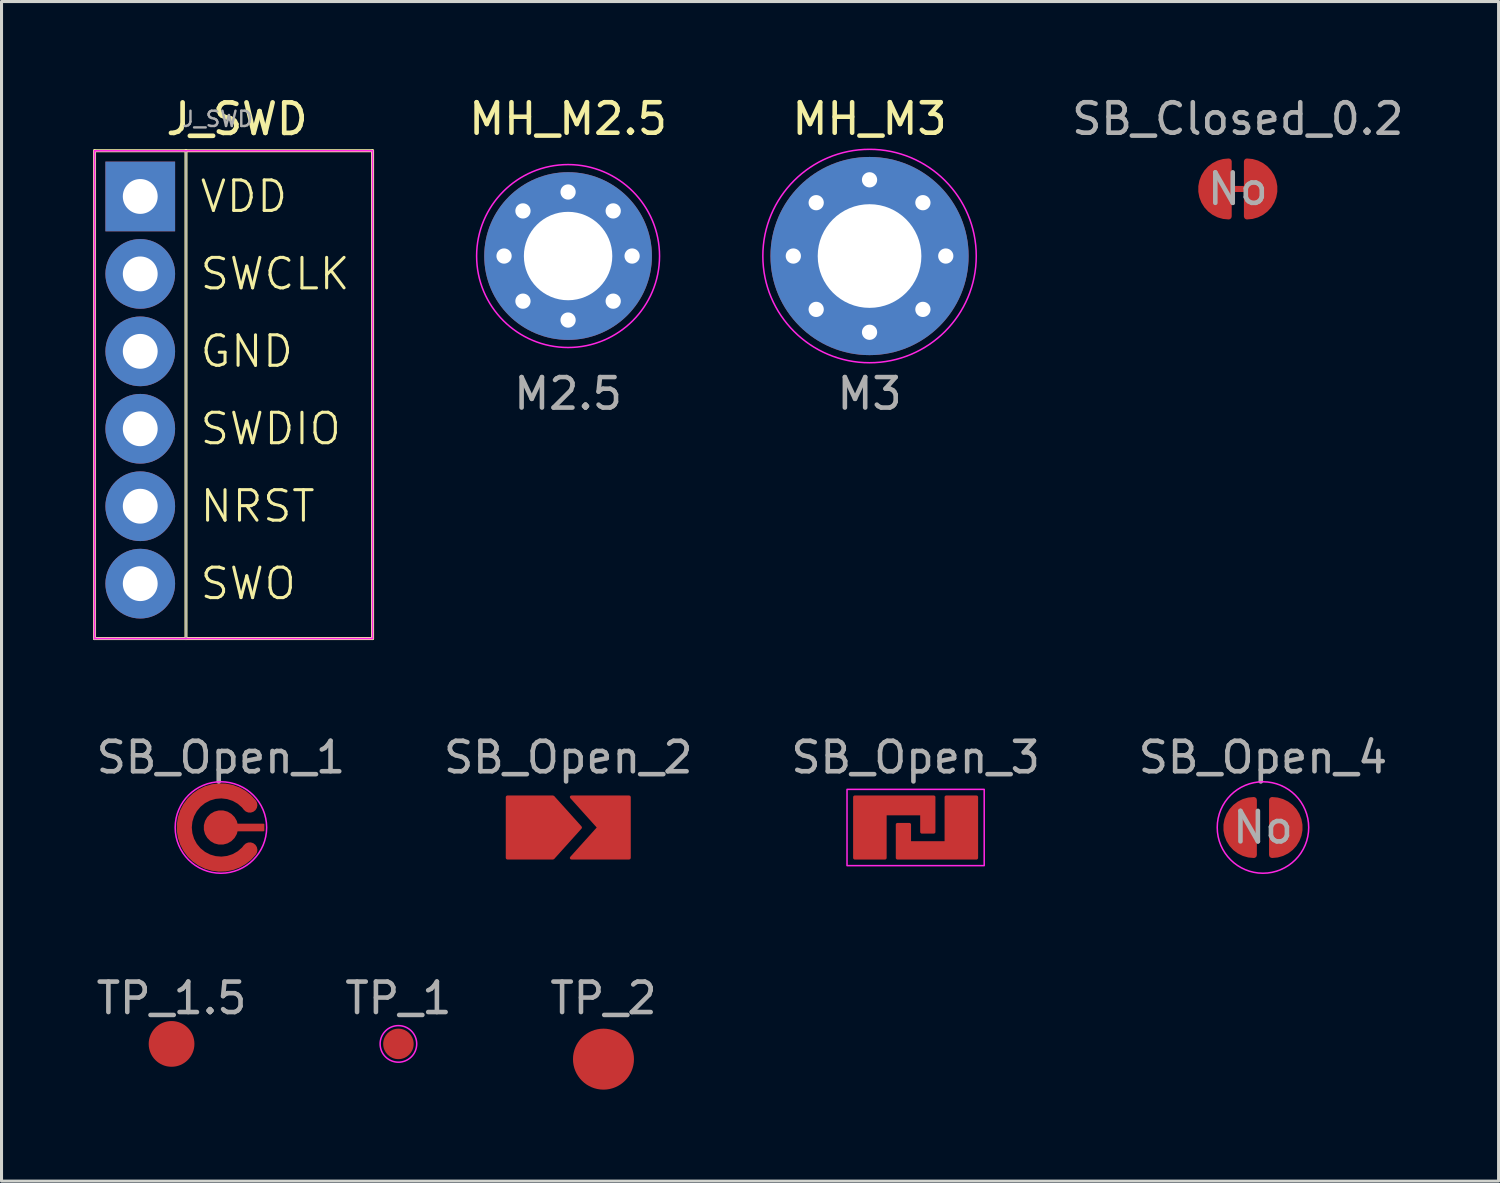
<source format=kicad_pcb>
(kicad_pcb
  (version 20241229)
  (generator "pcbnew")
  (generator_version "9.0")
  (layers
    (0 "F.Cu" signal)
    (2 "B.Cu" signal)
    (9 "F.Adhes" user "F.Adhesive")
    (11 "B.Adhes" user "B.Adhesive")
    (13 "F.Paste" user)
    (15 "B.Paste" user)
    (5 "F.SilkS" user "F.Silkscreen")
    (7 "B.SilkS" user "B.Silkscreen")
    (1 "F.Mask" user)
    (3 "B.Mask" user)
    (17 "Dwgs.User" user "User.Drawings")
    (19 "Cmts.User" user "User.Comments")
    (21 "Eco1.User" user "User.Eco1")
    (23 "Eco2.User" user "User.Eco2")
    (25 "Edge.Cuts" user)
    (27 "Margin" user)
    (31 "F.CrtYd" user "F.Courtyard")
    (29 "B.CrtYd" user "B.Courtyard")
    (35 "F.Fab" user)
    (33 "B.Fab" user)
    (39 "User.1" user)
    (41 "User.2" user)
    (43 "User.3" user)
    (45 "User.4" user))
  (footprint "SB_Open_4"
    (layer "F.Cu")
    (at 38.375 24.092)
    (property "Reference" "SB_Open_4" (at 0 -2.3 0) (unlocked yes) (layer "F.SilkS") (effects (font (size 1 1) (thickness 0.1))))
    (property "Is_tested" "No" (at 0 0 0) (layer "F.Fab") (effects (font (size 1 1) (thickness 0.15))))
    (attr smd)
    (fp_circle (center 0 0) (end 1.4 0) (stroke (width 0.1) (type solid)) (fill yes) (layer "F.Mask"))
    (fp_circle (center 0 0) (end 1.5 0) (stroke (width 0.05) (type default)) (fill no) (layer "F.CrtYd"))
    (fp_text user "${REFERENCE}" (at 0 -2.3 0) (unlocked yes) (layer "F.Fab") (effects (font (size 1 1) (thickness 0.15))))
    (pad "1" smd custom (at -0.7 0) (size 1 1) (layers "F.Cu") (options (anchor circle)) (primitives (gr_poly (pts (xy -0.5 -0.25) (xy -0.481 -0.346) (xy -0.427 -0.427) (xy -0.346 -0.481) (xy -0.25 -0.5) (xy 0.25 -0.5) (xy 0.346 -0.481) (xy 0.427 -0.427) (xy 0.481 -0.346) (xy 0.5 -0.25) (xy 0.5 0.25) (xy 0.481 0.346) (xy 0.427 0.427) (xy 0.346 0.481) (xy 0.25 0.5) (xy -0.25 0.5) (xy -0.346 0.481) (xy -0.427 0.427) (xy -0.481 0.346) (xy -0.5 0.25)) (width 0) (fill yes)) (gr_poly (pts (xy 0.4 -0.9) (xy 0.4 0.9) (xy -0.1 0.7) (xy -0.4 0.3) (xy -0.4 -0.3) (xy -0.1 -0.7)) (width 0.2) (fill yes)) (gr_arc (start 0.4 0.9) (mid -0.5 0) (end 0.4 -0.9) (width 0.2))))
    (pad "2" smd custom (at 0.7 0) (size 1 1) (layers "F.Cu") (options (anchor circle)) (primitives (gr_poly (pts (xy 0.5 -0.25) (xy 0.481 -0.346) (xy 0.427 -0.427) (xy 0.346 -0.481) (xy 0.25 -0.5) (xy -0.25 -0.5) (xy -0.346 -0.481) (xy -0.427 -0.427) (xy -0.481 -0.346) (xy -0.5 -0.25) (xy -0.5 0.25) (xy -0.481 0.346) (xy -0.427 0.427) (xy -0.346 0.481) (xy -0.25 0.5) (xy 0.25 0.5) (xy 0.346 0.481) (xy 0.427 0.427) (xy 0.481 0.346) (xy 0.5 0.25)) (width 0) (fill yes)) (gr_poly (pts (xy -0.4 -0.9) (xy -0.4 0.9) (xy 0.1 0.7) (xy 0.4 0.3) (xy 0.4 -0.3) (xy 0.1 -0.7)) (width 0.2) (fill yes)) (gr_arc (start -0.4 -0.9) (mid 0.5 0) (end -0.4 0.9) (width 0.2)))))
  (footprint "SB_Open_1"
    (layer "F.Cu")
    (at 4.196 24.092)
    (property "Reference" "SB_Open_1" (at 0 -2.3 0) (unlocked yes) (layer "F.SilkS") (effects (font (size 1 1) (thickness 0.1))))
    (attr smd)
    (fp_circle (center 0 0) (end 1.7 0) (stroke (width 0.1) (type solid)) (fill yes) (layer "F.Mask"))
    (fp_circle (center 0 0) (end 1.5 0) (stroke (width 0.05) (type default)) (fill no) (layer "F.CrtYd"))
    (fp_text user "${REFERENCE}" (at 0 -2.3 0) (unlocked yes) (layer "F.Fab") (effects (font (size 1 1) (thickness 0.15))))
    (pad "1" smd custom (at -1.2 0 90) (size 0.25 0.25) (layers "F.Cu") (options (anchor rect)) (primitives (gr_arc (start -0.736718 2.147225) (mid 0 0) (end 0.736736 2.147219) (width 0.5))))
    (pad "2" smd custom (at 1.3 0.000004 90) (size 0.24 0.24) (layers "F.Cu") (options (anchor rect)) (primitives (gr_poly (pts (xy -0.1 -1.2) (xy 0.1 -1.2) (xy 0.1 0.1) (xy -0.1 0.1)) (width 0.05) (fill yes)) (gr_circle (center 0.000004 -1.3) (end 0.539 -1.3) (width 0.05) (fill yes)))))
  (footprint "SB_Closed_0.2"
    (layer "F.Cu")
    (at 37.55 3.148)
    (property "Reference" "SB_Closed_0.2" (at 0 -2.3 0) (unlocked yes) (layer "F.SilkS") (effects (font (size 1 1) (thickness 0.1))))
    (property "Is_tested" "No" (at 0 0 0) (layer "F.Fab") (effects (font (size 1 1) (thickness 0.15))))
    (attr smd allow_soldermask_bridges)
    (fp_line (start -0.3 0) (end 0.3 0) (stroke (width 0.2) (type default)) (layer "F.Cu"))
    (fp_circle (center 0 0) (end 1.4 0) (stroke (width 0.1) (type solid)) (fill yes) (layer "F.Mask"))
    (fp_text user "${REFERENCE}" (at 0 -2.3 0) (unlocked yes) (layer "F.Fab") (effects (font (size 1 1) (thickness 0.15))))
    (pad "1" smd custom (at -0.7 0) (size 1 1) (layers "F.Cu") (options (anchor circle)) (primitives (gr_poly (pts (xy -0.5 -0.25) (xy -0.481 -0.346) (xy -0.427 -0.427) (xy -0.346 -0.481) (xy -0.25 -0.5) (xy 0.25 -0.5) (xy 0.346 -0.481) (xy 0.427 -0.427) (xy 0.481 -0.346) (xy 0.5 -0.25) (xy 0.5 0.25) (xy 0.481 0.346) (xy 0.427 0.427) (xy 0.346 0.481) (xy 0.25 0.5) (xy -0.25 0.5) (xy -0.346 0.481) (xy -0.427 0.427) (xy -0.481 0.346) (xy -0.5 0.25)) (width 0) (fill yes)) (gr_poly (pts (xy 0.4 -0.9) (xy 0.4 0.9) (xy -0.1 0.7) (xy -0.4 0.3) (xy -0.4 -0.3) (xy -0.1 -0.7)) (width 0.2) (fill yes)) (gr_arc (start 0.4 0.9) (mid -0.5 0) (end 0.4 -0.9) (width 0.2))))
    (pad "2" smd custom (at 0.7 0) (size 1 1) (layers "F.Cu") (options (anchor circle)) (primitives (gr_poly (pts (xy 0.5 -0.25) (xy 0.481 -0.346) (xy 0.427 -0.427) (xy 0.346 -0.481) (xy 0.25 -0.5) (xy -0.25 -0.5) (xy -0.346 -0.481) (xy -0.427 -0.427) (xy -0.481 -0.346) (xy -0.5 -0.25) (xy -0.5 0.25) (xy -0.481 0.346) (xy -0.427 0.427) (xy -0.346 0.481) (xy -0.25 0.5) (xy 0.25 0.5) (xy 0.346 0.481) (xy 0.427 0.427) (xy 0.481 0.346) (xy 0.5 0.25)) (width 0) (fill yes)) (gr_poly (pts (xy -0.4 -0.9) (xy -0.4 0.9) (xy 0.1 0.7) (xy 0.4 0.3) (xy 0.4 -0.3) (xy 0.1 -0.7)) (width 0.2) (fill yes)) (gr_arc (start -0.4 -0.9) (mid 0.5 0) (end -0.4 0.9) (width 0.2)))))
  (footprint "TP_1"
    (layer "F.Cu")
    (at 10.018 31.19)
    (property "Reference" "TP_1" (at 0 -1.5 0) (unlocked yes) (layer "F.SilkS") (effects (font (size 1 1) (thickness 0.1))))
    (attr smd)
    (fp_circle (center 0 0) (end 0.6 0) (stroke (width 0.05) (type default)) (fill no) (layer "F.CrtYd"))
    (fp_text user "${REFERENCE}" (at 0 -1.5 0) (unlocked yes) (layer "F.Fab") (effects (font (size 1 1) (thickness 0.15))))
    (pad "1" smd circle (at 0 0) (size 1 1) (layers "F.Cu" "F.Mask")))
  (footprint "SB_Open_3"
    (layer "F.Cu")
    (at 26.982 24.092)
    (property "Reference" "SB_Open_3" (at 0 -2.3 0) (unlocked yes) (layer "F.SilkS") (effects (font (size 1 1) (thickness 0.1))))
    (attr smd)
    (fp_rect (start -2.2 -1.2) (end 2.2 1.2) (stroke (width 0.1) (type solid)) (fill yes) (layer "F.Mask"))
    (fp_rect (start -2.25 -1.25) (end 2.25 1.25) (stroke (width 0.05) (type default)) (fill no) (layer "F.CrtYd"))
    (fp_text user "${REFERENCE}" (at 0 -2.3 0) (unlocked yes) (layer "F.Fab") (effects (font (size 1 1) (thickness 0.15))))
    (pad "1" smd custom (at -1.7 0) (size 0.5 0.5) (layers "F.Cu") (options (anchor circle)) (primitives (gr_poly (pts (xy -0.25 -0.125) (xy -0.24 -0.173) (xy -0.213 -0.213) (xy -0.173 -0.24) (xy -0.125 -0.25) (xy 0.125 -0.25) (xy 0.173 -0.24) (xy 0.213 -0.213) (xy 0.24 -0.173) (xy 0.25 -0.125) (xy 0.25 0.125) (xy 0.24 0.173) (xy 0.213 0.213) (xy 0.173 0.24) (xy 0.125 0.25) (xy -0.125 0.25) (xy -0.173 0.24) (xy -0.213 0.213) (xy -0.24 0.173) (xy -0.25 0.125)) (width 0) (fill yes)) (gr_rect (start -0.3 -1) (end 0.7 1) (width 0.1) (fill yes)) (gr_rect (start 0.3 -1) (end 2.3 -0.45) (width 0.1) (fill yes)) (gr_rect (start 1.9 -0.75) (end 2.3 0.15) (width 0.1) (fill yes))))
    (pad "2" smd custom (at 1.7 0) (size 0.443 0.443) (layers "F.Cu") (options (anchor circle)) (primitives (gr_poly (pts (xy -0.222 -0.12) (xy -0.213 -0.163) (xy -0.189 -0.199) (xy -0.153 -0.223) (xy -0.111 -0.231) (xy 0.111 -0.231) (xy 0.153 -0.223) (xy 0.189 -0.199) (xy 0.213 -0.163) (xy 0.222 -0.12) (xy 0.222 0.12) (xy 0.213 0.163) (xy 0.189 0.199) (xy 0.153 0.223) (xy 0.111 0.231) (xy -0.111 0.231) (xy -0.153 0.223) (xy -0.189 0.199) (xy -0.213 0.163) (xy -0.222 0.12)) (width 0) (fill yes)) (gr_rect (start -0.7 -1) (end 0.3 1) (width 0.1) (fill yes)) (gr_rect (start -2.3 0.5) (end -0.2 1) (width 0.1) (fill yes)) (gr_rect (start -2.3 -0.1) (end -1.9 0.8) (width 0.1) (fill yes)))))
  (footprint "MH_M3"
    (layer "F.Cu")
    (at 25.471 5.348)
    (property "Reference" "MH_M3" (at 0 -4.5 0) (layer "F.SilkS") (effects (font (size 1 1) (thickness 0.15))))
    (attr exclude_from_pos_files exclude_from_bom)
    (fp_circle (center 0 0) (end 3.5 0) (stroke (width 0.05) (type solid)) (fill no) (layer "F.CrtYd"))
    (fp_text user "M3" (at 0 5.1 0) (unlocked yes) (layer "F.Fab") (effects (font (size 1 1) (thickness 0.15)) (justify bottom)))
    (pad "1" thru_hole circle (at -2.5 0) (size 0.8 0.8) (drill 0.5) (layers "*.Cu" "*.Mask"))
    (pad "1" thru_hole circle (at -1.75 -1.75) (size 0.8 0.8) (drill 0.5) (layers "*.Cu" "*.Mask"))
    (pad "1" thru_hole circle (at -1.75 1.75) (size 0.8 0.8) (drill 0.5) (layers "*.Cu" "*.Mask"))
    (pad "1" thru_hole circle (at 0 -2.5) (size 0.8 0.8) (drill 0.5) (layers "*.Cu" "*.Mask"))
    (pad "1" thru_hole circle (at 0 0) (size 6.5 6.5) (drill 3.4) (layers "*.Cu" "*.Mask"))
    (pad "1" thru_hole circle (at 0 2.5) (size 0.8 0.8) (drill 0.5) (layers "*.Cu" "*.Mask"))
    (pad "1" thru_hole circle (at 1.75 -1.75) (size 0.8 0.8) (drill 0.5) (layers "*.Cu" "*.Mask"))
    (pad "1" thru_hole circle (at 1.75 1.75) (size 0.8 0.8) (drill 0.5) (layers "*.Cu" "*.Mask"))
    (pad "1" thru_hole circle (at 2.5 0) (size 0.8 0.8) (drill 0.5) (layers "*.Cu" "*.Mask")))
  (footprint "MH_M2.5"
    (layer "F.Cu")
    (at 15.583 5.348)
    (property "Reference" "MH_M2.5" (at 0 -4.5 0) (layer "F.SilkS") (effects (font (size 1 1) (thickness 0.15))))
    (attr exclude_from_pos_files exclude_from_bom)
    (fp_circle (center 0 0) (end 3 0) (stroke (width 0.05) (type solid)) (fill no) (layer "F.CrtYd"))
    (fp_text user "M2.5" (at 0 5.1 0) (unlocked yes) (layer "F.Fab") (effects (font (size 1 1) (thickness 0.15)) (justify bottom)))
    (pad "1" thru_hole circle (at -2.1 0) (size 0.8 0.8) (drill 0.5) (layers "*.Cu" "*.Mask"))
    (pad "1" thru_hole circle (at -1.48 -1.48) (size 0.8 0.8) (drill 0.5) (layers "*.Cu" "*.Mask"))
    (pad "1" thru_hole circle (at -1.48 1.48) (size 0.8 0.8) (drill 0.5) (layers "*.Cu" "*.Mask"))
    (pad "1" thru_hole circle (at 0 -2.1) (size 0.8 0.8) (drill 0.5) (layers "*.Cu" "*.Mask"))
    (pad "1" thru_hole circle (at 0 0) (size 5.5 5.5) (drill 2.9) (layers "*.Cu" "*.Mask"))
    (pad "1" thru_hole circle (at 0 2.1) (size 0.8 0.8) (drill 0.5) (layers "*.Cu" "*.Mask"))
    (pad "1" thru_hole circle (at 1.48 -1.48) (size 0.8 0.8) (drill 0.5) (layers "*.Cu" "*.Mask"))
    (pad "1" thru_hole circle (at 1.48 1.48) (size 0.8 0.8) (drill 0.5) (layers "*.Cu" "*.Mask"))
    (pad "1" thru_hole circle (at 2.1 0) (size 0.8 0.8) (drill 0.5) (layers "*.Cu" "*.Mask")))
  (footprint "SB_Open_2"
    (layer "F.Cu")
    (at 15.589 24.092)
    (property "Reference" "SB_Open_2" (at 0 -2.3 0) (unlocked yes) (layer "F.SilkS") (effects (font (size 1 1) (thickness 0.1))))
    (attr smd)
    (fp_rect (start -2.2 -1.2) (end 2.2 1.2) (stroke (width 0.1) (type solid)) (fill yes) (layer "F.Mask"))
    (fp_text user "${REFERENCE}" (at 0 -2.3 0) (unlocked yes) (layer "F.Fab") (effects (font (size 1 1) (thickness 0.15))))
    (pad "1" smd custom (at -1.6 0) (size 0.643 0.643) (layers "F.Cu") (options (anchor circle)) (primitives (gr_poly (pts (xy -0.322 -0.22) (xy -0.309 -0.282) (xy -0.274 -0.334) (xy -0.222 -0.369) (xy -0.161 -0.381) (xy 0.161 -0.381) (xy 0.222 -0.369) (xy 0.274 -0.334) (xy 0.309 -0.282) (xy 0.322 -0.22) (xy 0.322 0.22) (xy 0.309 0.282) (xy 0.274 0.334) (xy 0.222 0.369) (xy 0.161 0.381) (xy -0.161 0.381) (xy -0.222 0.369) (xy -0.274 0.334) (xy -0.309 0.282) (xy -0.322 0.22)) (width 0) (fill yes)) (gr_poly (pts (xy 2 0) (xy 1.1 -1) (xy -0.4 -1) (xy -0.4 1) (xy 1.1 1)) (width 0.1) (fill yes))))
    (pad "2" smd custom (at 1.6 0) (size 0.643 0.643) (layers "F.Cu") (options (anchor circle)) (primitives (gr_poly (pts (xy -0.322 -0.22) (xy -0.309 -0.282) (xy -0.274 -0.334) (xy -0.222 -0.369) (xy -0.161 -0.381) (xy 0.161 -0.381) (xy 0.222 -0.369) (xy 0.274 -0.334) (xy 0.309 -0.282) (xy 0.322 -0.22) (xy 0.322 0.22) (xy 0.309 0.282) (xy 0.274 0.334) (xy 0.222 0.369) (xy 0.161 0.381) (xy -0.161 0.381) (xy -0.222 0.369) (xy -0.274 0.334) (xy -0.309 0.282) (xy -0.322 0.22)) (width 0) (fill yes)) (gr_poly (pts (xy 0.4 1) (xy 0.4 -1) (xy -1.5 -1) (xy -0.6 0) (xy -1.5 1)) (width 0.1) (fill yes)))))
  (footprint "TP_2"
    (layer "F.Cu")
    (at 16.744 31.69)
    (property "Reference" "TP_2" (at 0 -2 0) (unlocked yes) (layer "F.SilkS") (effects (font (size 1 1) (thickness 0.1))))
    (attr smd)
    (fp_text user "${REFERENCE}" (at 0 -2 0) (unlocked yes) (layer "F.Fab") (effects (font (size 1 1) (thickness 0.15))))
    (pad "1" smd circle (at 0 0) (size 2 2) (layers "F.Cu" "F.Mask")))
  (footprint "J_SWD"
    (layer "F.Cu")
    (at 1.55 3.394)
    (property "Reference" "J_SWD" (at 3.175 -2.54 0) (layer "F.SilkS") (effects (font (size 1 1) (thickness 0.153))))
    (attr through_hole)
    (fp_line (start -1.5 -1.5) (end 1.5 -1.5) (stroke (width 0.1) (type default)) (layer "F.SilkS"))
    (fp_line (start -1.5 14.5) (end -1.5 -1.5) (stroke (width 0.1) (type default)) (layer "F.SilkS"))
    (fp_line (start 1.5 -1.5) (end 1.5 14.5) (stroke (width 0.1) (type default)) (layer "F.SilkS"))
    (fp_line (start 7.62 -1.5) (end 1.5 -1.5) (stroke (width 0.1) (type default)) (layer "F.SilkS"))
    (fp_line (start 7.62 14.5) (end -1.5 14.5) (stroke (width 0.1) (type default)) (layer "F.SilkS"))
    (fp_line (start 7.62 14.5) (end 7.62 -1.5) (stroke (width 0.1) (type default)) (layer "F.SilkS"))
    (fp_line (start -1.5 -1.5) (end 7.62 -1.5) (stroke (width 0.05) (type default)) (layer "F.CrtYd"))
    (fp_line (start -1.5 14.5) (end -1.5 -1.5) (stroke (width 0.05) (type default)) (layer "F.CrtYd"))
    (fp_line (start 7.62 -1.5) (end 7.62 14.5) (stroke (width 0.05) (type default)) (layer "F.CrtYd"))
    (fp_line (start 7.62 14.5) (end -1.5 14.5) (stroke (width 0.05) (type default)) (layer "F.CrtYd"))
    (fp_line (start -1.5 -1.5) (end 1.5 -1.5) (stroke (width 0.05) (type default)) (layer "F.Fab"))
    (fp_line (start -1.5 14.5) (end -1.5 -1.5) (stroke (width 0.05) (type default)) (layer "F.Fab"))
    (fp_line (start 1.5 -1.5) (end 1.5 14.5) (stroke (width 0.05) (type default)) (layer "F.Fab"))
    (fp_line (start 1.5 14.5) (end -1.5 14.5) (stroke (width 0.05) (type default)) (layer "F.Fab"))
    (fp_text user "VDD" (at 1.905 0 0) (unlocked yes) (layer "F.SilkS") (effects (font (size 1 1) (thickness 0.1)) (justify left)))
    (fp_text user "GND" (at 1.905 5.08 0) (unlocked yes) (layer "F.SilkS") (effects (font (size 1 1) (thickness 0.1)) (justify left)))
    (fp_text user "SWO" (at 1.905 12.7 0) (unlocked yes) (layer "F.SilkS") (effects (font (size 1 1) (thickness 0.1)) (justify left)))
    (fp_text user "NRST" (at 1.905 10.16 0) (unlocked yes) (layer "F.SilkS") (effects (font (size 1 1) (thickness 0.1)) (justify left)))
    (fp_text user "SWDIO" (at 1.905 7.62 0) (unlocked yes) (layer "F.SilkS") (effects (font (size 1 1) (thickness 0.1)) (justify left)))
    (fp_text user "SWCLK" (at 1.905 2.54 0) (unlocked yes) (layer "F.SilkS") (effects (font (size 1 1) (thickness 0.1)) (justify left)))
    (fp_text user "${REFERENCE}" (at 2.54 -2.54 0) (layer "F.Fab") (effects (font (size 0.5 0.5) (thickness 0.08))))
    (pad "1" thru_hole rect (at 0 0) (size 2.286 2.286) (drill 1.143) (layers "*.Cu" "*.Mask"))
    (pad "2" thru_hole circle (at 0 2.54) (size 2.286 2.286) (drill 1.143) (layers "*.Cu" "*.Mask"))
    (pad "3" thru_hole circle (at 0 5.08) (size 2.286 2.286) (drill 1.143) (layers "*.Cu" "*.Mask"))
    (pad "4" thru_hole circle (at 0 7.62) (size 2.286 2.286) (drill 1.143) (layers "*.Cu" "*.Mask"))
    (pad "5" thru_hole circle (at 0 10.16) (size 2.286 2.286) (drill 1.143) (layers "*.Cu" "*.Mask"))
    (pad "6" thru_hole circle (at 0 12.7) (size 2.286 2.286) (drill 1.143) (layers "*.Cu" "*.Mask")))
  (footprint "TP_1.5"
    (layer "F.Cu")
    (at 2.577 31.19)
    (property "Reference" "TP_1.5" (at 0 -1.5 0) (unlocked yes) (layer "F.SilkS") (effects (font (size 1 1) (thickness 0.1))))
    (attr smd)
    (fp_text user "${REFERENCE}" (at 0 -1.5 0) (unlocked yes) (layer "F.Fab") (effects (font (size 1 1) (thickness 0.15))))
    (pad "1" smd circle (at 0 0) (size 1.5 1.5) (layers "F.Cu" "F.Mask")))
  (gr_rect
    (start -3 -3)
    (end 46.103 35.69)
    (stroke (width 0.1) (type default))
    (fill no)
    (layer "Edge.Cuts")))
</source>
